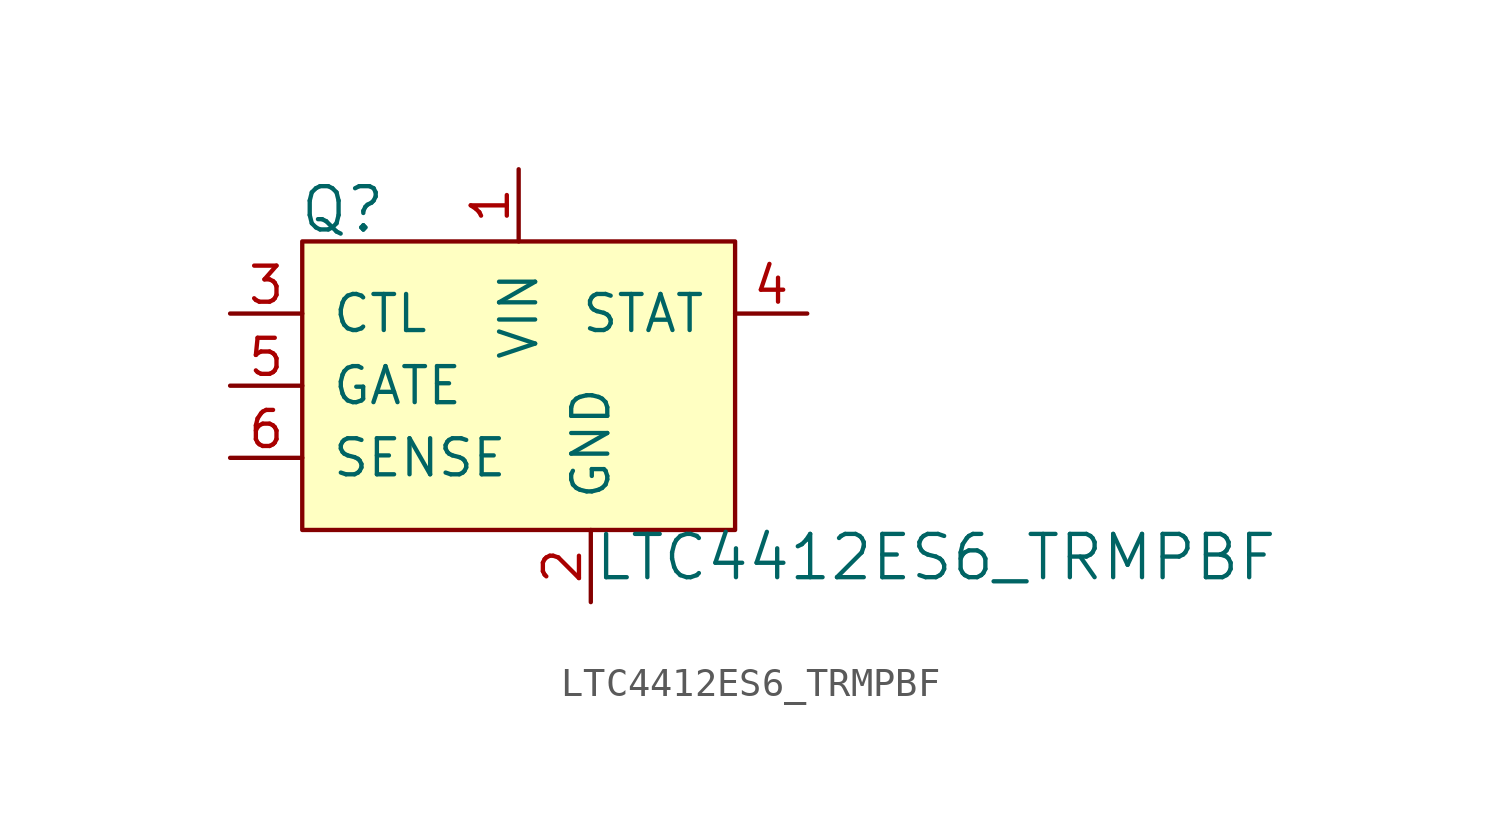
<source format=kicad_sym>
(kicad_symbol_lib
  (version 20220914)
  (generator kicad_symbol_editor)
  (symbol "LTC4412ES6_TRMPBF"
    (pin_names
      (offset 1.016))
    (property "Reference" "Q"
      (at -7.747 -3.962 0)
      (effects (font (size 1.524 1.524)) (justify left)))
    (property "Value" "LTC4412ES6_TRMPBF"
      (at 2.616 -16.205 0)
      (effects (font (size 1.524 1.524)) (justify left)))
    (symbol "LTC4412ES6_TRMPBF_0_1"
      (rectangle (start -7.62 -5.08) (end 7.62 -15.24) (stroke (width 0) (type solid)) (fill (type background))))
    (symbol "LTC4412ES6_TRMPBF_1_1"
      (pin power_in line (at 0 -2.54 270) (length 2.54) (name "VIN" (effects (font (size 1.27 1.27)))) (number "1" (effects (font (size 1.27 1.27)))))
      (pin power_in line (at 2.54 -17.78 90) (length 2.54) (name "GND" (effects (font (size 1.27 1.27)))) (number "2" (effects (font (size 1.27 1.27)))))
      (pin input line (at -10.16 -7.62 0) (length 2.54) (name "CTL" (effects (font (size 1.27 1.27)))) (number "3" (effects (font (size 1.27 1.27)))))
      (pin output line (at 10.16 -7.62 180) (length 2.54) (name "STAT" (effects (font (size 1.27 1.27)))) (number "4" (effects (font (size 1.27 1.27)))))
      (pin input line (at -10.16 -10.16 0) (length 2.54) (name "GATE" (effects (font (size 1.27 1.27)))) (number "5" (effects (font (size 1.27 1.27)))))
      (pin input line (at -10.16 -12.7 0) (length 2.54) (name "SENSE" (effects (font (size 1.27 1.27)))) (number "6" (effects (font (size 1.27 1.27))))))))
</source>
